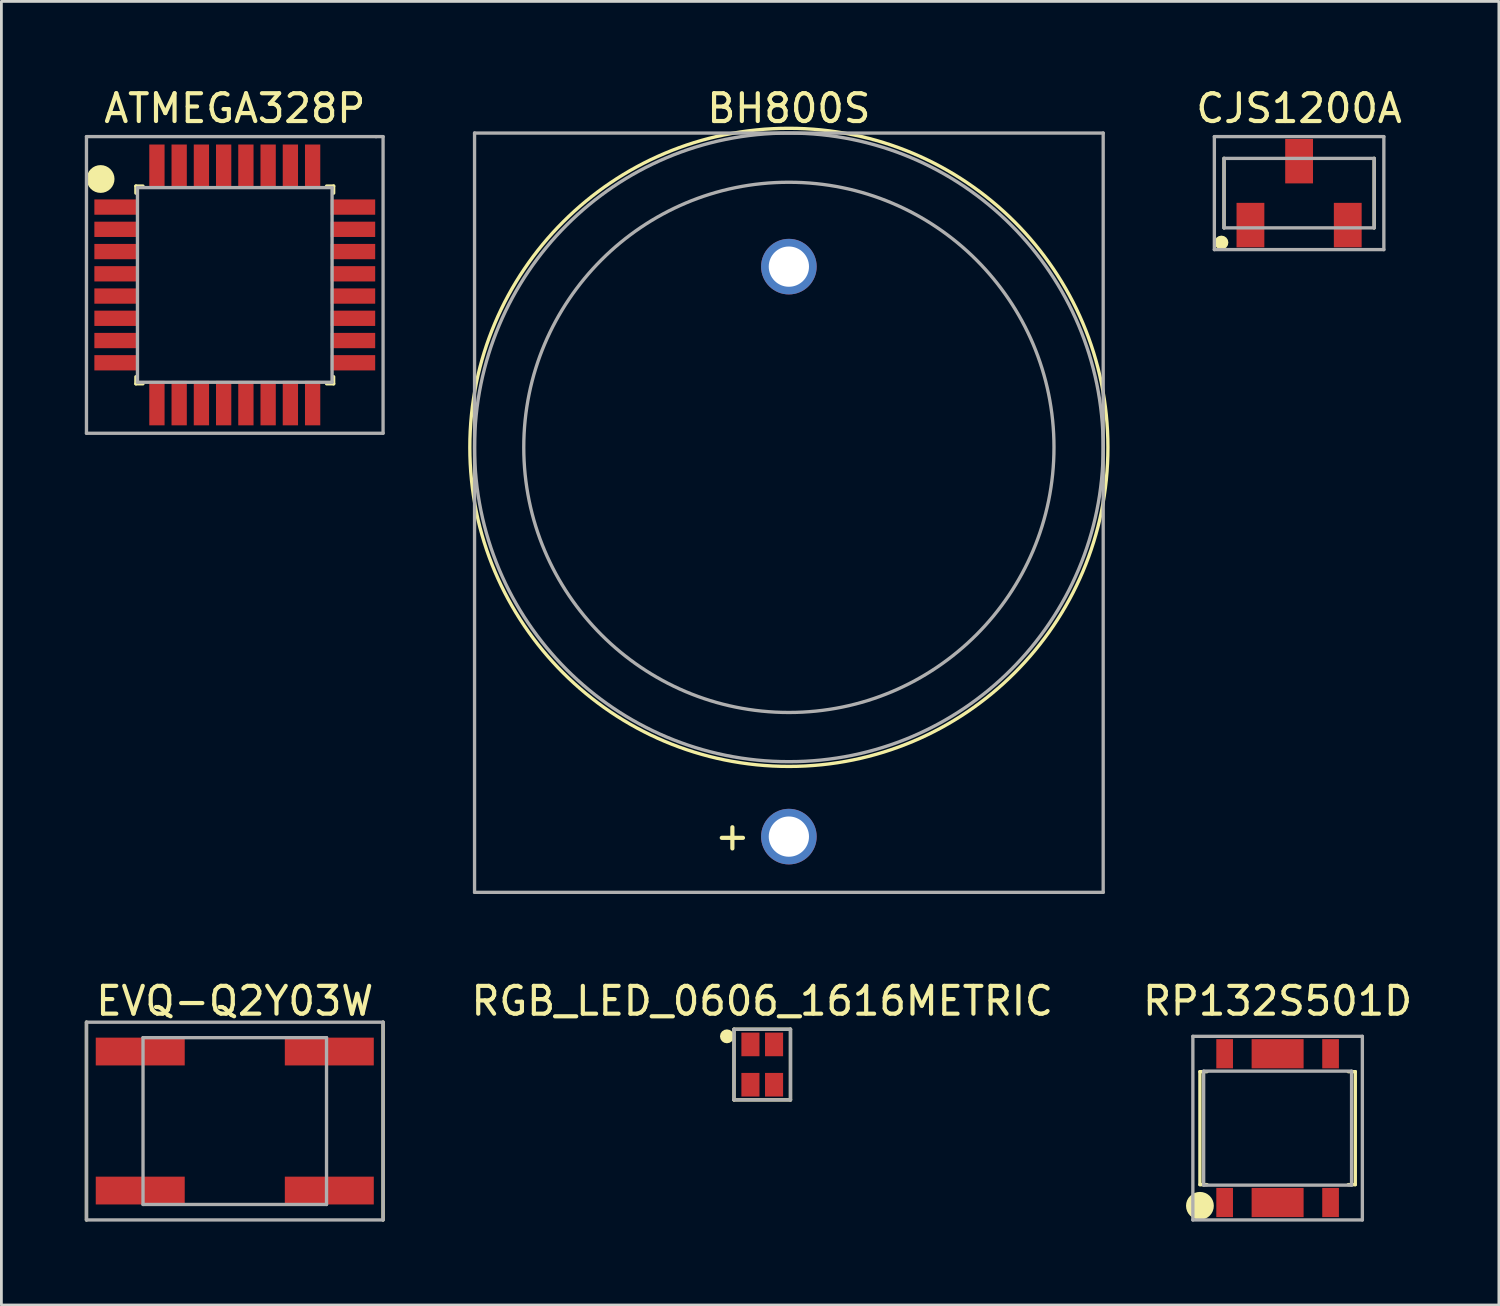
<source format=kicad_pcb>
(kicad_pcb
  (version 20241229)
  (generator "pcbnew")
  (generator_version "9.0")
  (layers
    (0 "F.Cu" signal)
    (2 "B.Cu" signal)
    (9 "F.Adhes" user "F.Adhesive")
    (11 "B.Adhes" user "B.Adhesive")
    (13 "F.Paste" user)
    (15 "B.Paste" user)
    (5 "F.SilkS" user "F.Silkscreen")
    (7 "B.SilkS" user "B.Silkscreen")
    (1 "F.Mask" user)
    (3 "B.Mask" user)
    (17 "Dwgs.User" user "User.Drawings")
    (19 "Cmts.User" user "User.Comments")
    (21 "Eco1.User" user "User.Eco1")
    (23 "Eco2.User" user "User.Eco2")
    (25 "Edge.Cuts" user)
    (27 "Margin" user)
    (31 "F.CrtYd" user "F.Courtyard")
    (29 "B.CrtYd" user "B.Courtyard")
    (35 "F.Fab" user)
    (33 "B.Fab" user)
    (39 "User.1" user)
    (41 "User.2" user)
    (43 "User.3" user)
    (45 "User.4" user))
  (footprint "RP132S501D"
    (layer "F.Cu")
    (at 42.901 37.525)
    (property "Reference" "RP132S501D" (at 0 -4.572 0) (layer "F.SilkS") (effects (font (size 1 1) (thickness 0.15))))
    (attr through_hole)
    (fp_line (start -2.794 -2.032) (end -2.794 2.032) (stroke (width 0.12) (type solid)) (layer "F.SilkS"))
    (fp_line (start -2.794 -2.032) (end -2.54 -2.032) (stroke (width 0.12) (type solid)) (layer "F.SilkS"))
    (fp_line (start -2.794 2.032) (end -2.54 2.032) (stroke (width 0.12) (type solid)) (layer "F.SilkS"))
    (fp_line (start 2.54 -2.032) (end 2.794 -2.032) (stroke (width 0.12) (type solid)) (layer "F.SilkS"))
    (fp_line (start 2.794 -2.032) (end 2.794 2.032) (stroke (width 0.12) (type solid)) (layer "F.SilkS"))
    (fp_line (start 2.794 2.032) (end 2.54 2.032) (stroke (width 0.12) (type solid)) (layer "F.SilkS"))
    (fp_circle (center -2.794 2.794) (end -2.794 2.794) (stroke (width 0.5) (type solid)) (fill no) (layer "F.SilkS"))
    (fp_line (start -3.048 -3.302) (end 3.048 -3.302) (stroke (width 0.12) (type solid)) (layer "F.Fab"))
    (fp_line (start -3.048 3.302) (end -3.048 -3.302) (stroke (width 0.12) (type solid)) (layer "F.Fab"))
    (fp_line (start -2.66 -2.05) (end 2.66 -2.05) (stroke (width 0.12) (type solid)) (layer "F.Fab"))
    (fp_line (start -2.66 2.05) (end -2.66 -2.05) (stroke (width 0.12) (type solid)) (layer "F.Fab"))
    (fp_line (start 2.66 -2.05) (end 2.66 2.05) (stroke (width 0.12) (type solid)) (layer "F.Fab"))
    (fp_line (start 2.66 2.05) (end -2.66 2.05) (stroke (width 0.12) (type solid)) (layer "F.Fab"))
    (fp_line (start 3.048 -3.302) (end 3.048 3.302) (stroke (width 0.12) (type solid)) (layer "F.Fab"))
    (fp_line (start 3.048 3.302) (end -3.048 3.302) (stroke (width 0.12) (type solid)) (layer "F.Fab"))
    (pad "1" smd rect (at -1.905 2.675 90) (size 1.05 0.6) (layers "F.Cu" "F.Mask" "F.Paste"))
    (pad "2" smd rect (at 0 2.675 90) (size 1.05 1.87) (layers "F.Cu" "F.Mask" "F.Paste"))
    (pad "3" smd rect (at 1.905 2.675 90) (size 1.05 0.6) (layers "F.Cu" "F.Mask" "F.Paste"))
    (pad "4" smd rect (at 1.905 -2.675 90) (size 1.05 0.6) (layers "F.Cu" "F.Mask" "F.Paste"))
    (pad "5" smd rect (at 0 -2.675 90) (size 1.05 1.87) (layers "F.Cu" "F.Mask" "F.Paste"))
    (pad "6" smd rect (at -1.905 -2.675 90) (size 1.05 0.6) (layers "F.Cu" "F.Mask" "F.Paste")))
  (footprint "BH800S"
    (layer "F.Cu")
    (at 25.323 13.04)
    (property "Reference" "BH800S" (at 0 -12.192 0) (layer "F.SilkS") (effects (font (size 1 1) (thickness 0.15))))
    (attr through_hole)
    (fp_circle (center 0 0) (end 11.475 0) (stroke (width 0.12) (type solid)) (fill no) (layer "F.SilkS"))
    (fp_line (start -11.305 -11.305) (end -11.305 16.004) (stroke (width 0.12) (type solid)) (layer "F.Fab"))
    (fp_line (start -11.305 16.004) (end 11.305 16.004) (stroke (width 0.12) (type solid)) (layer "F.Fab"))
    (fp_line (start 11.305 -11.305) (end -11.305 -11.305) (stroke (width 0.12) (type solid)) (layer "F.Fab"))
    (fp_line (start 11.305 16.004) (end 11.305 -11.305) (stroke (width 0.12) (type solid)) (layer "F.Fab"))
    (fp_circle (center 0 0) (end 9.535 0) (stroke (width 0.12) (type solid)) (fill no) (layer "F.Fab"))
    (fp_circle (center 0 0) (end 11.305 0) (stroke (width 0.12) (type solid)) (fill no) (layer "F.Fab"))
    (fp_text user "+" (at -2.032 13.97 0) (layer "F.SilkS") (effects (font (size 1 1) (thickness 0.15))))
    (pad "1" thru_hole circle (at 0 14 90) (size 2 2) (drill 1.448) (layers "*.Cu" "*.Mask"))
    (pad "2" thru_hole circle (at 0 -6.5 90) (size 2 2) (drill 1.448) (layers "*.Cu" "*.Mask")))
  (footprint "CJS1200A"
    (layer "F.Cu")
    (at 43.674 3.896)
    (property "Reference" "CJS1200A" (at 0 -3.048 0) (layer "F.SilkS") (effects (font (size 1 1) (thickness 0.15))))
    (attr through_hole)
    (fp_line (start -2.7 1.25) (end -2.7 -1.25) (stroke (width 0.12) (type solid)) (layer "F.SilkS"))
    (fp_line (start 2.7 -1.25) (end 2.7 1.25) (stroke (width 0.12) (type solid)) (layer "F.SilkS"))
    (fp_circle (center -2.794 1.778) (end -2.794 1.778) (stroke (width 0.25) (type solid)) (fill no) (layer "F.SilkS"))
    (fp_line (start -3.048 -2.032) (end 3.048 -2.032) (stroke (width 0.12) (type solid)) (layer "F.Fab"))
    (fp_line (start -3.048 2.032) (end -3.048 -2.032) (stroke (width 0.12) (type solid)) (layer "F.Fab"))
    (fp_line (start -2.7 -1.25) (end -2.7 1.25) (stroke (width 0.12) (type solid)) (layer "F.Fab"))
    (fp_line (start -2.7 -1.25) (end 2.7 -1.25) (stroke (width 0.12) (type solid)) (layer "F.Fab"))
    (fp_line (start 2.7 -1.25) (end 2.7 1.25) (stroke (width 0.12) (type solid)) (layer "F.Fab"))
    (fp_line (start 2.7 1.25) (end -2.7 1.25) (stroke (width 0.12) (type solid)) (layer "F.Fab"))
    (fp_line (start 3.048 -2.032) (end 3.048 2.032) (stroke (width 0.12) (type solid)) (layer "F.Fab"))
    (fp_line (start 3.048 2.032) (end -3.048 2.032) (stroke (width 0.12) (type solid)) (layer "F.Fab"))
    (pad "1" smd rect (at -1.75 1.15 90) (size 1.6 1) (layers "F.Cu" "F.Mask" "F.Paste"))
    (pad "2" smd rect (at 0 -1.15 90) (size 1.6 1) (layers "F.Cu" "F.Mask" "F.Paste"))
    (pad "3" smd rect (at 1.75 1.15 90) (size 1.6 1) (layers "F.Cu" "F.Mask" "F.Paste")))
  (footprint "ATMEGA328P"
    (layer "F.Cu")
    (at 5.394 7.198)
    (property "Reference" "ATMEGA328P" (at 0 -6.35 0) (layer "F.SilkS") (effects (font (size 1 1) (thickness 0.15))))
    (attr through_hole)
    (fp_line (start -3.556 -3.556) (end -3.302 -3.556) (stroke (width 0.12) (type solid)) (layer "F.SilkS"))
    (fp_line (start -3.556 -3.302) (end -3.556 -3.556) (stroke (width 0.12) (type solid)) (layer "F.SilkS"))
    (fp_line (start -3.556 3.302) (end -3.556 3.556) (stroke (width 0.12) (type solid)) (layer "F.SilkS"))
    (fp_line (start -3.556 3.556) (end -3.302 3.556) (stroke (width 0.12) (type solid)) (layer "F.SilkS"))
    (fp_line (start 3.302 -3.556) (end 3.556 -3.556) (stroke (width 0.12) (type solid)) (layer "F.SilkS"))
    (fp_line (start 3.302 3.556) (end 3.556 3.556) (stroke (width 0.12) (type solid)) (layer "F.SilkS"))
    (fp_line (start 3.556 -3.556) (end 3.556 -3.302) (stroke (width 0.12) (type solid)) (layer "F.SilkS"))
    (fp_line (start 3.556 3.556) (end 3.556 3.302) (stroke (width 0.12) (type solid)) (layer "F.SilkS"))
    (fp_circle (center -4.826 -3.81) (end -4.826 -3.81) (stroke (width 0.5) (type solid)) (fill no) (layer "F.SilkS"))
    (fp_line (start -5.334 -5.334) (end 5.08 -5.334) (stroke (width 0.12) (type solid)) (layer "F.Fab"))
    (fp_line (start -5.334 5.334) (end -5.334 -5.334) (stroke (width 0.12) (type solid)) (layer "F.Fab"))
    (fp_line (start -3.5 -3.5) (end -3.5 3.5) (stroke (width 0.12) (type solid)) (layer "F.Fab"))
    (fp_line (start -3.5 -3.5) (end 3.5 -3.5) (stroke (width 0.12) (type solid)) (layer "F.Fab"))
    (fp_line (start 3.5 -3.5) (end 3.5 3.5) (stroke (width 0.12) (type solid)) (layer "F.Fab"))
    (fp_line (start 3.5 3.5) (end -3.5 3.5) (stroke (width 0.12) (type solid)) (layer "F.Fab"))
    (fp_line (start 5.08 -5.334) (end 5.334 -5.334) (stroke (width 0.12) (type solid)) (layer "F.Fab"))
    (fp_line (start 5.334 -5.334) (end 5.334 5.334) (stroke (width 0.12) (type solid)) (layer "F.Fab"))
    (fp_line (start 5.334 5.334) (end -5.334 5.334) (stroke (width 0.12) (type solid)) (layer "F.Fab"))
    (pad "1" smd rect (at -4.25 -2.8) (size 1.6 0.55) (layers "F.Cu" "F.Mask" "F.Paste"))
    (pad "2" smd rect (at -4.25 -2) (size 1.6 0.55) (layers "F.Cu" "F.Mask" "F.Paste"))
    (pad "3" smd rect (at -4.25 -1.2) (size 1.6 0.55) (layers "F.Cu" "F.Mask" "F.Paste"))
    (pad "4" smd rect (at -4.25 -0.4) (size 1.6 0.55) (layers "F.Cu" "F.Mask" "F.Paste"))
    (pad "5" smd rect (at -4.25 0.4) (size 1.6 0.55) (layers "F.Cu" "F.Mask" "F.Paste"))
    (pad "6" smd rect (at -4.25 1.2) (size 1.6 0.55) (layers "F.Cu" "F.Mask" "F.Paste"))
    (pad "7" smd rect (at -4.25 2) (size 1.6 0.55) (layers "F.Cu" "F.Mask" "F.Paste"))
    (pad "8" smd rect (at -4.25 2.8) (size 1.6 0.55) (layers "F.Cu" "F.Mask" "F.Paste"))
    (pad "9" smd rect (at -2.8 4.25 90) (size 1.6 0.55) (layers "F.Cu" "F.Mask" "F.Paste"))
    (pad "10" smd rect (at -2 4.25 90) (size 1.6 0.55) (layers "F.Cu" "F.Mask" "F.Paste"))
    (pad "11" smd rect (at -1.2 4.25 90) (size 1.6 0.55) (layers "F.Cu" "F.Mask" "F.Paste"))
    (pad "12" smd rect (at -0.4 4.25 90) (size 1.6 0.55) (layers "F.Cu" "F.Mask" "F.Paste"))
    (pad "13" smd rect (at 0.4 4.25 90) (size 1.6 0.55) (layers "F.Cu" "F.Mask" "F.Paste"))
    (pad "14" smd rect (at 1.2 4.25 90) (size 1.6 0.55) (layers "F.Cu" "F.Mask" "F.Paste"))
    (pad "15" smd rect (at 2 4.25 90) (size 1.6 0.55) (layers "F.Cu" "F.Mask" "F.Paste"))
    (pad "16" smd rect (at 2.8 4.25 90) (size 1.6 0.55) (layers "F.Cu" "F.Mask" "F.Paste"))
    (pad "17" smd rect (at 4.25 2.8) (size 1.6 0.55) (layers "F.Cu" "F.Mask" "F.Paste"))
    (pad "18" smd rect (at 4.25 2) (size 1.6 0.55) (layers "F.Cu" "F.Mask" "F.Paste"))
    (pad "19" smd rect (at 4.25 1.2) (size 1.6 0.55) (layers "F.Cu" "F.Mask" "F.Paste"))
    (pad "20" smd rect (at 4.25 0.4) (size 1.6 0.55) (layers "F.Cu" "F.Mask" "F.Paste"))
    (pad "21" smd rect (at 4.25 -0.4) (size 1.6 0.55) (layers "F.Cu" "F.Mask" "F.Paste"))
    (pad "22" smd rect (at 4.25 -1.2) (size 1.6 0.55) (layers "F.Cu" "F.Mask" "F.Paste"))
    (pad "23" smd rect (at 4.25 -2) (size 1.6 0.55) (layers "F.Cu" "F.Mask" "F.Paste"))
    (pad "24" smd rect (at 4.25 -2.8) (size 1.6 0.55) (layers "F.Cu" "F.Mask" "F.Paste"))
    (pad "25" smd rect (at 2.8 -4.25 90) (size 1.6 0.55) (layers "F.Cu" "F.Mask" "F.Paste"))
    (pad "26" smd rect (at 2 -4.25 90) (size 1.6 0.55) (layers "F.Cu" "F.Mask" "F.Paste"))
    (pad "27" smd rect (at 1.2 -4.25 90) (size 1.6 0.55) (layers "F.Cu" "F.Mask" "F.Paste"))
    (pad "28" smd rect (at 0.4 -4.25 90) (size 1.6 0.55) (layers "F.Cu" "F.Mask" "F.Paste"))
    (pad "29" smd rect (at -0.4 -4.25 90) (size 1.6 0.55) (layers "F.Cu" "F.Mask" "F.Paste"))
    (pad "30" smd rect (at -1.2 -4.25 90) (size 1.6 0.55) (layers "F.Cu" "F.Mask" "F.Paste"))
    (pad "31" smd rect (at -2 -4.25 90) (size 1.6 0.55) (layers "F.Cu" "F.Mask" "F.Paste"))
    (pad "32" smd rect (at -2.8 -4.25 90) (size 1.6 0.55) (layers "F.Cu" "F.Mask" "F.Paste")))
  (footprint "EVQ-Q2Y03W"
    (layer "F.Cu")
    (at 5.394 37.27)
    (property "Reference" "EVQ-Q2Y03W" (at 0 -4.318 0) (layer "F.SilkS") (effects (font (size 1 1) (thickness 0.15))))
    (attr through_hole)
    (fp_line (start -5.334 -3.556) (end -5.334 3.556) (stroke (width 0.12) (type solid)) (layer "F.SilkS"))
    (fp_line (start 5.334 -3.556) (end 5.334 3.556) (stroke (width 0.12) (type solid)) (layer "F.SilkS"))
    (fp_line (start -5.334 -3.556) (end 5.334 -3.556) (stroke (width 0.12) (type solid)) (layer "F.Fab"))
    (fp_line (start -5.334 3.556) (end -5.334 -3.556) (stroke (width 0.12) (type solid)) (layer "F.Fab"))
    (fp_line (start -3.3 -3) (end 3.3 -3) (stroke (width 0.12) (type solid)) (layer "F.Fab"))
    (fp_line (start -3.3 3) (end -3.3 -3) (stroke (width 0.12) (type solid)) (layer "F.Fab"))
    (fp_line (start 3.3 -3) (end 3.3 3) (stroke (width 0.12) (type solid)) (layer "F.Fab"))
    (fp_line (start 3.3 3) (end -3.3 3) (stroke (width 0.12) (type solid)) (layer "F.Fab"))
    (fp_line (start 5.334 -3.556) (end 5.334 3.556) (stroke (width 0.12) (type solid)) (layer "F.Fab"))
    (fp_line (start 5.334 3.556) (end -5.334 3.556) (stroke (width 0.12) (type solid)) (layer "F.Fab"))
    (pad "1" smd rect (at -3.4 -2.5 90) (size 1 3.2) (layers "F.Cu" "F.Mask" "F.Paste"))
    (pad "1" smd rect (at -3.4 2.5 90) (size 1 3.2) (layers "F.Cu" "F.Mask" "F.Paste"))
    (pad "2" smd rect (at 3.4 -2.5 90) (size 1 3.2) (layers "F.Cu" "F.Mask" "F.Paste"))
    (pad "2" smd rect (at 3.4 2.5 90) (size 1 3.2) (layers "F.Cu" "F.Mask" "F.Paste")))
  (footprint "RGB_LED_0606_1616METRIC"
    (layer "F.Cu")
    (at 24.365 35.239)
    (property "Reference" "RGB_LED_0606_1616METRIC" (at 0 -2.286 0) (layer "F.SilkS") (effects (font (size 1 1) (thickness 0.15))))
    (attr through_hole)
    (fp_line (start -1.016 -1.27) (end -1.016 1.27) (stroke (width 0.12) (type solid)) (layer "F.SilkS"))
    (fp_line (start -1.016 1.27) (end 1.016 1.27) (stroke (width 0.12) (type solid)) (layer "F.SilkS"))
    (fp_line (start 1.016 -1.27) (end -1.016 -1.27) (stroke (width 0.12) (type solid)) (layer "F.SilkS"))
    (fp_line (start 1.016 1.27) (end 1.016 -1.27) (stroke (width 0.12) (type solid)) (layer "F.SilkS"))
    (fp_circle (center -1.27 -1.016) (end -1.27 -1.016) (stroke (width 0.25) (type solid)) (fill no) (layer "F.SilkS"))
    (fp_line (start -1.016 -1.27) (end -1.016 1.27) (stroke (width 0.12) (type solid)) (layer "F.Fab"))
    (fp_line (start -1.016 1.27) (end 1.016 1.27) (stroke (width 0.12) (type solid)) (layer "F.Fab"))
    (fp_line (start 1.016 -1.27) (end -1.016 -1.27) (stroke (width 0.12) (type solid)) (layer "F.Fab"))
    (fp_line (start 1.016 1.27) (end 1.016 -1.27) (stroke (width 0.12) (type solid)) (layer "F.Fab"))
    (pad "1" smd rect (at -0.425 -0.725 90) (size 0.85 0.65) (layers "F.Cu" "F.Mask" "F.Paste"))
    (pad "2" smd rect (at 0.425 -0.725 90) (size 0.85 0.65) (layers "F.Cu" "F.Mask" "F.Paste"))
    (pad "3" smd rect (at 0.425 0.725 90) (size 0.85 0.65) (layers "F.Cu" "F.Mask" "F.Paste"))
    (pad "4" smd rect (at -0.425 0.725 90) (size 0.85 0.65) (layers "F.Cu" "F.Mask" "F.Paste")))
  (gr_rect
    (start -3 -3)
    (end 50.859 43.886)
    (stroke (width 0.1) (type default))
    (fill no)
    (layer "Edge.Cuts")))
</source>
